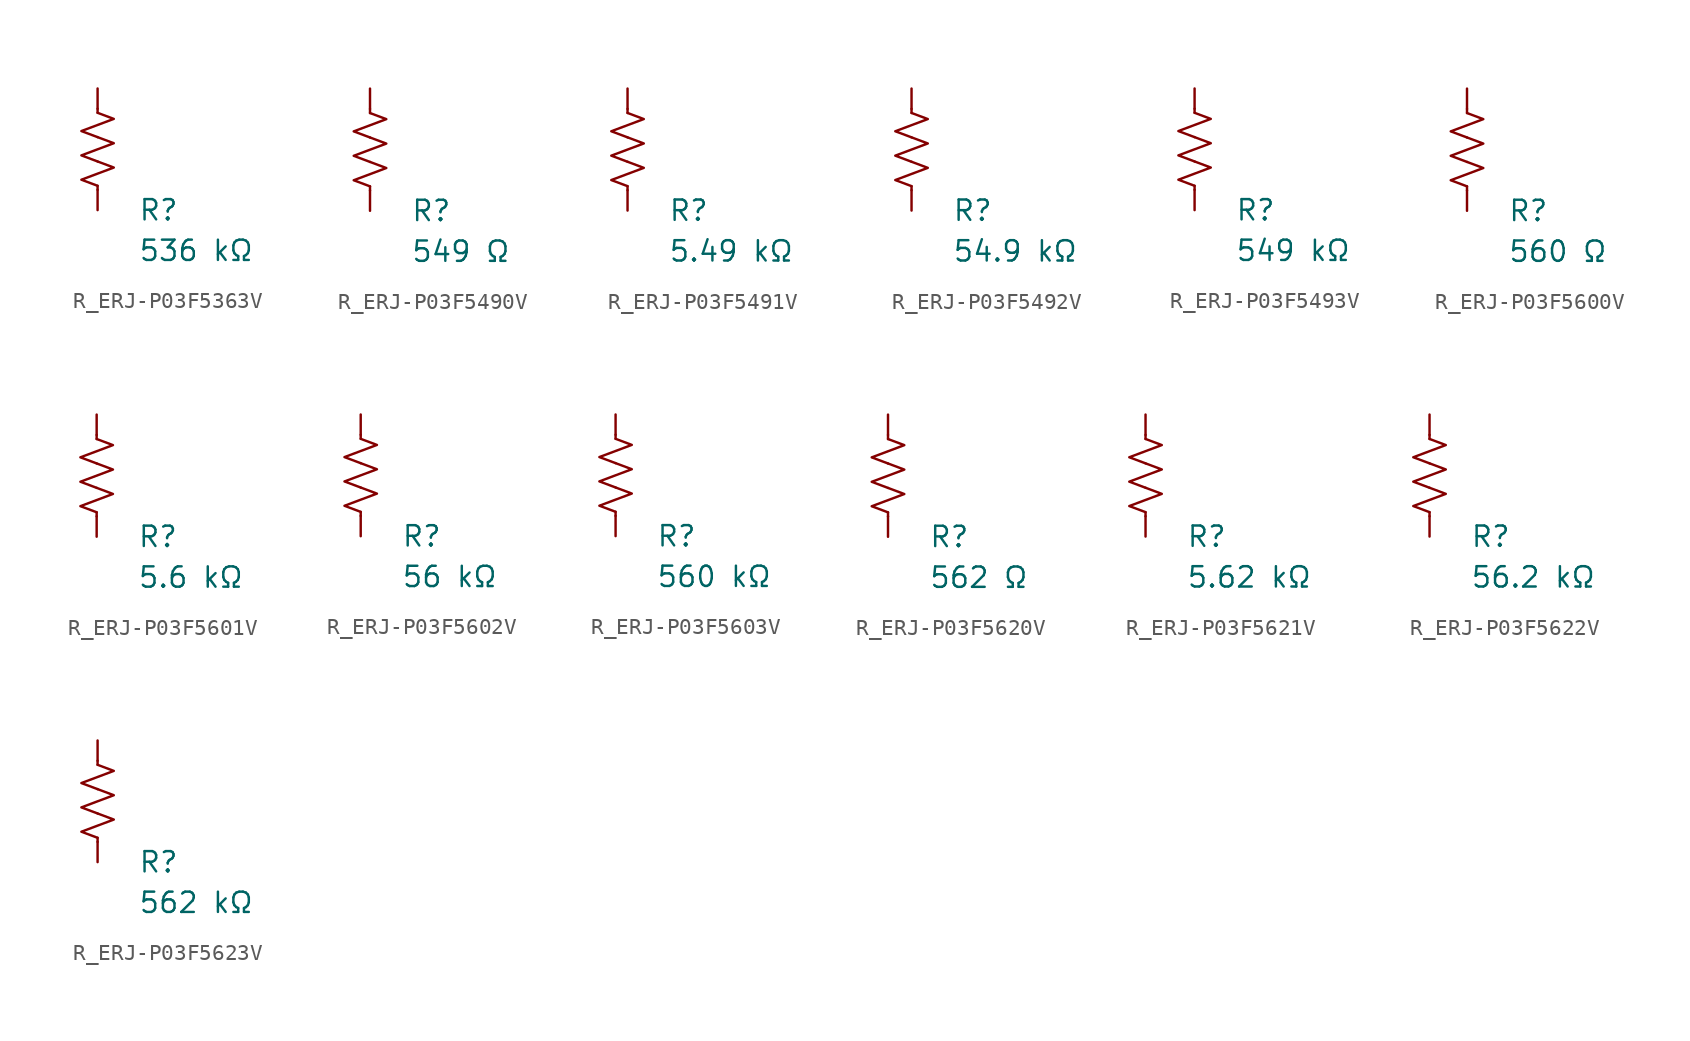
<source format=kicad_sym>
(kicad_symbol_lib
  (version 20231120)
  (generator "kicad_symbol_editor")
  (generator_version "8.0")
  (symbol "R_ERJ-P03F5363V"
    (pin_numbers hide)
    (pin_names
      (offset 0))
    (property "Reference" "R"
      (at 2.54 -3.81 0)
      (effects (font (size 1.27 1.27)) (justify left))
      (show_name no))
    (property "Value" "536 kΩ"
      (at 2.54 -6.35 0)
      (effects (font (size 1.27 1.27)) (justify left))
      (show_name no))
    (symbol "R_ERJ-P03F5363V_0_1"
      (polyline (pts (xy 0 -2.286) (xy 0 -2.54)) (stroke (width 0) (type default)) (fill (type none)))
      (polyline (pts (xy 0 2.286) (xy 0 2.54)) (stroke (width 0) (type default)) (fill (type none)))
      (polyline (pts (xy 0 -0.762) (xy 1.016 -1.143) (xy 0 -1.524) (xy -1.016 -1.905) (xy 0 -2.286)) (stroke (width 0) (type default)) (fill (type none)))
      (polyline (pts (xy 0 0.762) (xy 1.016 0.381) (xy 0 0) (xy -1.016 -0.381) (xy 0 -0.762)) (stroke (width 0) (type default)) (fill (type none)))
      (polyline (pts (xy 0 2.286) (xy 1.016 1.905) (xy 0 1.524) (xy -1.016 1.143) (xy 0 0.762)) (stroke (width 0) (type default)) (fill (type none))))
    (symbol "R_ERJ-P03F5363V_1_1"
      (pin passive line (at 0 3.81 270) (length 1.27) (name "~" (effects (font (size 1.27 1.27)))) (number "1" (effects (font (size 1.27 1.27)))))
      (pin passive line (at 0 -3.81 90) (length 1.27) (name "~" (effects (font (size 1.27 1.27)))) (number "2" (effects (font (size 1.27 1.27)))))))
  (symbol "R_ERJ-P03F5490V"
    (pin_numbers hide)
    (pin_names
      (offset 0))
    (property "Reference" "R"
      (at 2.54 -3.81 0)
      (effects (font (size 1.27 1.27)) (justify left))
      (show_name no))
    (property "Value" "549 Ω"
      (at 2.54 -6.35 0)
      (effects (font (size 1.27 1.27)) (justify left))
      (show_name no))
    (symbol "R_ERJ-P03F5490V_0_1"
      (polyline (pts (xy 0 -2.286) (xy 0 -2.54)) (stroke (width 0) (type default)) (fill (type none)))
      (polyline (pts (xy 0 2.286) (xy 0 2.54)) (stroke (width 0) (type default)) (fill (type none)))
      (polyline (pts (xy 0 -0.762) (xy 1.016 -1.143) (xy 0 -1.524) (xy -1.016 -1.905) (xy 0 -2.286)) (stroke (width 0) (type default)) (fill (type none)))
      (polyline (pts (xy 0 0.762) (xy 1.016 0.381) (xy 0 0) (xy -1.016 -0.381) (xy 0 -0.762)) (stroke (width 0) (type default)) (fill (type none)))
      (polyline (pts (xy 0 2.286) (xy 1.016 1.905) (xy 0 1.524) (xy -1.016 1.143) (xy 0 0.762)) (stroke (width 0) (type default)) (fill (type none))))
    (symbol "R_ERJ-P03F5490V_1_1"
      (pin passive line (at 0 3.81 270) (length 1.27) (name "~" (effects (font (size 1.27 1.27)))) (number "1" (effects (font (size 1.27 1.27)))))
      (pin passive line (at 0 -3.81 90) (length 1.27) (name "~" (effects (font (size 1.27 1.27)))) (number "2" (effects (font (size 1.27 1.27)))))))
  (symbol "R_ERJ-P03F5491V"
    (pin_numbers hide)
    (pin_names
      (offset 0))
    (property "Reference" "R"
      (at 2.54 -3.81 0)
      (effects (font (size 1.27 1.27)) (justify left))
      (show_name no))
    (property "Value" "5.49 kΩ"
      (at 2.54 -6.35 0)
      (effects (font (size 1.27 1.27)) (justify left))
      (show_name no))
    (symbol "R_ERJ-P03F5491V_0_1"
      (polyline (pts (xy 0 -2.286) (xy 0 -2.54)) (stroke (width 0) (type default)) (fill (type none)))
      (polyline (pts (xy 0 2.286) (xy 0 2.54)) (stroke (width 0) (type default)) (fill (type none)))
      (polyline (pts (xy 0 -0.762) (xy 1.016 -1.143) (xy 0 -1.524) (xy -1.016 -1.905) (xy 0 -2.286)) (stroke (width 0) (type default)) (fill (type none)))
      (polyline (pts (xy 0 0.762) (xy 1.016 0.381) (xy 0 0) (xy -1.016 -0.381) (xy 0 -0.762)) (stroke (width 0) (type default)) (fill (type none)))
      (polyline (pts (xy 0 2.286) (xy 1.016 1.905) (xy 0 1.524) (xy -1.016 1.143) (xy 0 0.762)) (stroke (width 0) (type default)) (fill (type none))))
    (symbol "R_ERJ-P03F5491V_1_1"
      (pin passive line (at 0 3.81 270) (length 1.27) (name "~" (effects (font (size 1.27 1.27)))) (number "1" (effects (font (size 1.27 1.27)))))
      (pin passive line (at 0 -3.81 90) (length 1.27) (name "~" (effects (font (size 1.27 1.27)))) (number "2" (effects (font (size 1.27 1.27)))))))
  (symbol "R_ERJ-P03F5492V"
    (pin_numbers hide)
    (pin_names
      (offset 0))
    (property "Reference" "R"
      (at 2.54 -3.81 0)
      (effects (font (size 1.27 1.27)) (justify left))
      (show_name no))
    (property "Value" "54.9 kΩ"
      (at 2.54 -6.35 0)
      (effects (font (size 1.27 1.27)) (justify left))
      (show_name no))
    (symbol "R_ERJ-P03F5492V_0_1"
      (polyline (pts (xy 0 -2.286) (xy 0 -2.54)) (stroke (width 0) (type default)) (fill (type none)))
      (polyline (pts (xy 0 2.286) (xy 0 2.54)) (stroke (width 0) (type default)) (fill (type none)))
      (polyline (pts (xy 0 -0.762) (xy 1.016 -1.143) (xy 0 -1.524) (xy -1.016 -1.905) (xy 0 -2.286)) (stroke (width 0) (type default)) (fill (type none)))
      (polyline (pts (xy 0 0.762) (xy 1.016 0.381) (xy 0 0) (xy -1.016 -0.381) (xy 0 -0.762)) (stroke (width 0) (type default)) (fill (type none)))
      (polyline (pts (xy 0 2.286) (xy 1.016 1.905) (xy 0 1.524) (xy -1.016 1.143) (xy 0 0.762)) (stroke (width 0) (type default)) (fill (type none))))
    (symbol "R_ERJ-P03F5492V_1_1"
      (pin passive line (at 0 3.81 270) (length 1.27) (name "~" (effects (font (size 1.27 1.27)))) (number "1" (effects (font (size 1.27 1.27)))))
      (pin passive line (at 0 -3.81 90) (length 1.27) (name "~" (effects (font (size 1.27 1.27)))) (number "2" (effects (font (size 1.27 1.27)))))))
  (symbol "R_ERJ-P03F5493V"
    (pin_numbers hide)
    (pin_names
      (offset 0))
    (property "Reference" "R"
      (at 2.54 -3.81 0)
      (effects (font (size 1.27 1.27)) (justify left))
      (show_name no))
    (property "Value" "549 kΩ"
      (at 2.54 -6.35 0)
      (effects (font (size 1.27 1.27)) (justify left))
      (show_name no))
    (symbol "R_ERJ-P03F5493V_0_1"
      (polyline (pts (xy 0 -2.286) (xy 0 -2.54)) (stroke (width 0) (type default)) (fill (type none)))
      (polyline (pts (xy 0 2.286) (xy 0 2.54)) (stroke (width 0) (type default)) (fill (type none)))
      (polyline (pts (xy 0 -0.762) (xy 1.016 -1.143) (xy 0 -1.524) (xy -1.016 -1.905) (xy 0 -2.286)) (stroke (width 0) (type default)) (fill (type none)))
      (polyline (pts (xy 0 0.762) (xy 1.016 0.381) (xy 0 0) (xy -1.016 -0.381) (xy 0 -0.762)) (stroke (width 0) (type default)) (fill (type none)))
      (polyline (pts (xy 0 2.286) (xy 1.016 1.905) (xy 0 1.524) (xy -1.016 1.143) (xy 0 0.762)) (stroke (width 0) (type default)) (fill (type none))))
    (symbol "R_ERJ-P03F5493V_1_1"
      (pin passive line (at 0 3.81 270) (length 1.27) (name "~" (effects (font (size 1.27 1.27)))) (number "1" (effects (font (size 1.27 1.27)))))
      (pin passive line (at 0 -3.81 90) (length 1.27) (name "~" (effects (font (size 1.27 1.27)))) (number "2" (effects (font (size 1.27 1.27)))))))
  (symbol "R_ERJ-P03F5600V"
    (pin_numbers hide)
    (pin_names
      (offset 0))
    (property "Reference" "R"
      (at 2.54 -3.81 0)
      (effects (font (size 1.27 1.27)) (justify left))
      (show_name no))
    (property "Value" "560 Ω"
      (at 2.54 -6.35 0)
      (effects (font (size 1.27 1.27)) (justify left))
      (show_name no))
    (symbol "R_ERJ-P03F5600V_0_1"
      (polyline (pts (xy 0 -2.286) (xy 0 -2.54)) (stroke (width 0) (type default)) (fill (type none)))
      (polyline (pts (xy 0 2.286) (xy 0 2.54)) (stroke (width 0) (type default)) (fill (type none)))
      (polyline (pts (xy 0 -0.762) (xy 1.016 -1.143) (xy 0 -1.524) (xy -1.016 -1.905) (xy 0 -2.286)) (stroke (width 0) (type default)) (fill (type none)))
      (polyline (pts (xy 0 0.762) (xy 1.016 0.381) (xy 0 0) (xy -1.016 -0.381) (xy 0 -0.762)) (stroke (width 0) (type default)) (fill (type none)))
      (polyline (pts (xy 0 2.286) (xy 1.016 1.905) (xy 0 1.524) (xy -1.016 1.143) (xy 0 0.762)) (stroke (width 0) (type default)) (fill (type none))))
    (symbol "R_ERJ-P03F5600V_1_1"
      (pin passive line (at 0 3.81 270) (length 1.27) (name "~" (effects (font (size 1.27 1.27)))) (number "1" (effects (font (size 1.27 1.27)))))
      (pin passive line (at 0 -3.81 90) (length 1.27) (name "~" (effects (font (size 1.27 1.27)))) (number "2" (effects (font (size 1.27 1.27)))))))
  (symbol "R_ERJ-P03F5601V"
    (pin_numbers hide)
    (pin_names
      (offset 0))
    (property "Reference" "R"
      (at 2.54 -3.81 0)
      (effects (font (size 1.27 1.27)) (justify left))
      (show_name no))
    (property "Value" "5.6 kΩ"
      (at 2.54 -6.35 0)
      (effects (font (size 1.27 1.27)) (justify left))
      (show_name no))
    (symbol "R_ERJ-P03F5601V_0_1"
      (polyline (pts (xy 0 -2.286) (xy 0 -2.54)) (stroke (width 0) (type default)) (fill (type none)))
      (polyline (pts (xy 0 2.286) (xy 0 2.54)) (stroke (width 0) (type default)) (fill (type none)))
      (polyline (pts (xy 0 -0.762) (xy 1.016 -1.143) (xy 0 -1.524) (xy -1.016 -1.905) (xy 0 -2.286)) (stroke (width 0) (type default)) (fill (type none)))
      (polyline (pts (xy 0 0.762) (xy 1.016 0.381) (xy 0 0) (xy -1.016 -0.381) (xy 0 -0.762)) (stroke (width 0) (type default)) (fill (type none)))
      (polyline (pts (xy 0 2.286) (xy 1.016 1.905) (xy 0 1.524) (xy -1.016 1.143) (xy 0 0.762)) (stroke (width 0) (type default)) (fill (type none))))
    (symbol "R_ERJ-P03F5601V_1_1"
      (pin passive line (at 0 3.81 270) (length 1.27) (name "~" (effects (font (size 1.27 1.27)))) (number "1" (effects (font (size 1.27 1.27)))))
      (pin passive line (at 0 -3.81 90) (length 1.27) (name "~" (effects (font (size 1.27 1.27)))) (number "2" (effects (font (size 1.27 1.27)))))))
  (symbol "R_ERJ-P03F5602V"
    (pin_numbers hide)
    (pin_names
      (offset 0))
    (property "Reference" "R"
      (at 2.54 -3.81 0)
      (effects (font (size 1.27 1.27)) (justify left))
      (show_name no))
    (property "Value" "56 kΩ"
      (at 2.54 -6.35 0)
      (effects (font (size 1.27 1.27)) (justify left))
      (show_name no))
    (symbol "R_ERJ-P03F5602V_0_1"
      (polyline (pts (xy 0 -2.286) (xy 0 -2.54)) (stroke (width 0) (type default)) (fill (type none)))
      (polyline (pts (xy 0 2.286) (xy 0 2.54)) (stroke (width 0) (type default)) (fill (type none)))
      (polyline (pts (xy 0 -0.762) (xy 1.016 -1.143) (xy 0 -1.524) (xy -1.016 -1.905) (xy 0 -2.286)) (stroke (width 0) (type default)) (fill (type none)))
      (polyline (pts (xy 0 0.762) (xy 1.016 0.381) (xy 0 0) (xy -1.016 -0.381) (xy 0 -0.762)) (stroke (width 0) (type default)) (fill (type none)))
      (polyline (pts (xy 0 2.286) (xy 1.016 1.905) (xy 0 1.524) (xy -1.016 1.143) (xy 0 0.762)) (stroke (width 0) (type default)) (fill (type none))))
    (symbol "R_ERJ-P03F5602V_1_1"
      (pin passive line (at 0 3.81 270) (length 1.27) (name "~" (effects (font (size 1.27 1.27)))) (number "1" (effects (font (size 1.27 1.27)))))
      (pin passive line (at 0 -3.81 90) (length 1.27) (name "~" (effects (font (size 1.27 1.27)))) (number "2" (effects (font (size 1.27 1.27)))))))
  (symbol "R_ERJ-P03F5603V"
    (pin_numbers hide)
    (pin_names
      (offset 0))
    (property "Reference" "R"
      (at 2.54 -3.81 0)
      (effects (font (size 1.27 1.27)) (justify left))
      (show_name no))
    (property "Value" "560 kΩ"
      (at 2.54 -6.35 0)
      (effects (font (size 1.27 1.27)) (justify left))
      (show_name no))
    (symbol "R_ERJ-P03F5603V_0_1"
      (polyline (pts (xy 0 -2.286) (xy 0 -2.54)) (stroke (width 0) (type default)) (fill (type none)))
      (polyline (pts (xy 0 2.286) (xy 0 2.54)) (stroke (width 0) (type default)) (fill (type none)))
      (polyline (pts (xy 0 -0.762) (xy 1.016 -1.143) (xy 0 -1.524) (xy -1.016 -1.905) (xy 0 -2.286)) (stroke (width 0) (type default)) (fill (type none)))
      (polyline (pts (xy 0 0.762) (xy 1.016 0.381) (xy 0 0) (xy -1.016 -0.381) (xy 0 -0.762)) (stroke (width 0) (type default)) (fill (type none)))
      (polyline (pts (xy 0 2.286) (xy 1.016 1.905) (xy 0 1.524) (xy -1.016 1.143) (xy 0 0.762)) (stroke (width 0) (type default)) (fill (type none))))
    (symbol "R_ERJ-P03F5603V_1_1"
      (pin passive line (at 0 3.81 270) (length 1.27) (name "~" (effects (font (size 1.27 1.27)))) (number "1" (effects (font (size 1.27 1.27)))))
      (pin passive line (at 0 -3.81 90) (length 1.27) (name "~" (effects (font (size 1.27 1.27)))) (number "2" (effects (font (size 1.27 1.27)))))))
  (symbol "R_ERJ-P03F5620V"
    (pin_numbers hide)
    (pin_names
      (offset 0))
    (property "Reference" "R"
      (at 2.54 -3.81 0)
      (effects (font (size 1.27 1.27)) (justify left))
      (show_name no))
    (property "Value" "562 Ω"
      (at 2.54 -6.35 0)
      (effects (font (size 1.27 1.27)) (justify left))
      (show_name no))
    (symbol "R_ERJ-P03F5620V_0_1"
      (polyline (pts (xy 0 -2.286) (xy 0 -2.54)) (stroke (width 0) (type default)) (fill (type none)))
      (polyline (pts (xy 0 2.286) (xy 0 2.54)) (stroke (width 0) (type default)) (fill (type none)))
      (polyline (pts (xy 0 -0.762) (xy 1.016 -1.143) (xy 0 -1.524) (xy -1.016 -1.905) (xy 0 -2.286)) (stroke (width 0) (type default)) (fill (type none)))
      (polyline (pts (xy 0 0.762) (xy 1.016 0.381) (xy 0 0) (xy -1.016 -0.381) (xy 0 -0.762)) (stroke (width 0) (type default)) (fill (type none)))
      (polyline (pts (xy 0 2.286) (xy 1.016 1.905) (xy 0 1.524) (xy -1.016 1.143) (xy 0 0.762)) (stroke (width 0) (type default)) (fill (type none))))
    (symbol "R_ERJ-P03F5620V_1_1"
      (pin passive line (at 0 3.81 270) (length 1.27) (name "~" (effects (font (size 1.27 1.27)))) (number "1" (effects (font (size 1.27 1.27)))))
      (pin passive line (at 0 -3.81 90) (length 1.27) (name "~" (effects (font (size 1.27 1.27)))) (number "2" (effects (font (size 1.27 1.27)))))))
  (symbol "R_ERJ-P03F5621V"
    (pin_numbers hide)
    (pin_names
      (offset 0))
    (property "Reference" "R"
      (at 2.54 -3.81 0)
      (effects (font (size 1.27 1.27)) (justify left))
      (show_name no))
    (property "Value" "5.62 kΩ"
      (at 2.54 -6.35 0)
      (effects (font (size 1.27 1.27)) (justify left))
      (show_name no))
    (symbol "R_ERJ-P03F5621V_0_1"
      (polyline (pts (xy 0 -2.286) (xy 0 -2.54)) (stroke (width 0) (type default)) (fill (type none)))
      (polyline (pts (xy 0 2.286) (xy 0 2.54)) (stroke (width 0) (type default)) (fill (type none)))
      (polyline (pts (xy 0 -0.762) (xy 1.016 -1.143) (xy 0 -1.524) (xy -1.016 -1.905) (xy 0 -2.286)) (stroke (width 0) (type default)) (fill (type none)))
      (polyline (pts (xy 0 0.762) (xy 1.016 0.381) (xy 0 0) (xy -1.016 -0.381) (xy 0 -0.762)) (stroke (width 0) (type default)) (fill (type none)))
      (polyline (pts (xy 0 2.286) (xy 1.016 1.905) (xy 0 1.524) (xy -1.016 1.143) (xy 0 0.762)) (stroke (width 0) (type default)) (fill (type none))))
    (symbol "R_ERJ-P03F5621V_1_1"
      (pin passive line (at 0 3.81 270) (length 1.27) (name "~" (effects (font (size 1.27 1.27)))) (number "1" (effects (font (size 1.27 1.27)))))
      (pin passive line (at 0 -3.81 90) (length 1.27) (name "~" (effects (font (size 1.27 1.27)))) (number "2" (effects (font (size 1.27 1.27)))))))
  (symbol "R_ERJ-P03F5622V"
    (pin_numbers hide)
    (pin_names
      (offset 0))
    (property "Reference" "R"
      (at 2.54 -3.81 0)
      (effects (font (size 1.27 1.27)) (justify left))
      (show_name no))
    (property "Value" "56.2 kΩ"
      (at 2.54 -6.35 0)
      (effects (font (size 1.27 1.27)) (justify left))
      (show_name no))
    (symbol "R_ERJ-P03F5622V_0_1"
      (polyline (pts (xy 0 -2.286) (xy 0 -2.54)) (stroke (width 0) (type default)) (fill (type none)))
      (polyline (pts (xy 0 2.286) (xy 0 2.54)) (stroke (width 0) (type default)) (fill (type none)))
      (polyline (pts (xy 0 -0.762) (xy 1.016 -1.143) (xy 0 -1.524) (xy -1.016 -1.905) (xy 0 -2.286)) (stroke (width 0) (type default)) (fill (type none)))
      (polyline (pts (xy 0 0.762) (xy 1.016 0.381) (xy 0 0) (xy -1.016 -0.381) (xy 0 -0.762)) (stroke (width 0) (type default)) (fill (type none)))
      (polyline (pts (xy 0 2.286) (xy 1.016 1.905) (xy 0 1.524) (xy -1.016 1.143) (xy 0 0.762)) (stroke (width 0) (type default)) (fill (type none))))
    (symbol "R_ERJ-P03F5622V_1_1"
      (pin passive line (at 0 3.81 270) (length 1.27) (name "~" (effects (font (size 1.27 1.27)))) (number "1" (effects (font (size 1.27 1.27)))))
      (pin passive line (at 0 -3.81 90) (length 1.27) (name "~" (effects (font (size 1.27 1.27)))) (number "2" (effects (font (size 1.27 1.27)))))))
  (symbol "R_ERJ-P03F5623V"
    (pin_numbers hide)
    (pin_names
      (offset 0))
    (property "Reference" "R"
      (at 2.54 -3.81 0)
      (effects (font (size 1.27 1.27)) (justify left))
      (show_name no))
    (property "Value" "562 kΩ"
      (at 2.54 -6.35 0)
      (effects (font (size 1.27 1.27)) (justify left))
      (show_name no))
    (symbol "R_ERJ-P03F5623V_0_1"
      (polyline (pts (xy 0 -2.286) (xy 0 -2.54)) (stroke (width 0) (type default)) (fill (type none)))
      (polyline (pts (xy 0 2.286) (xy 0 2.54)) (stroke (width 0) (type default)) (fill (type none)))
      (polyline (pts (xy 0 -0.762) (xy 1.016 -1.143) (xy 0 -1.524) (xy -1.016 -1.905) (xy 0 -2.286)) (stroke (width 0) (type default)) (fill (type none)))
      (polyline (pts (xy 0 0.762) (xy 1.016 0.381) (xy 0 0) (xy -1.016 -0.381) (xy 0 -0.762)) (stroke (width 0) (type default)) (fill (type none)))
      (polyline (pts (xy 0 2.286) (xy 1.016 1.905) (xy 0 1.524) (xy -1.016 1.143) (xy 0 0.762)) (stroke (width 0) (type default)) (fill (type none))))
    (symbol "R_ERJ-P03F5623V_1_1"
      (pin passive line (at 0 3.81 270) (length 1.27) (name "~" (effects (font (size 1.27 1.27)))) (number "1" (effects (font (size 1.27 1.27)))))
      (pin passive line (at 0 -3.81 90) (length 1.27) (name "~" (effects (font (size 1.27 1.27)))) (number "2" (effects (font (size 1.27 1.27))))))))
</source>
